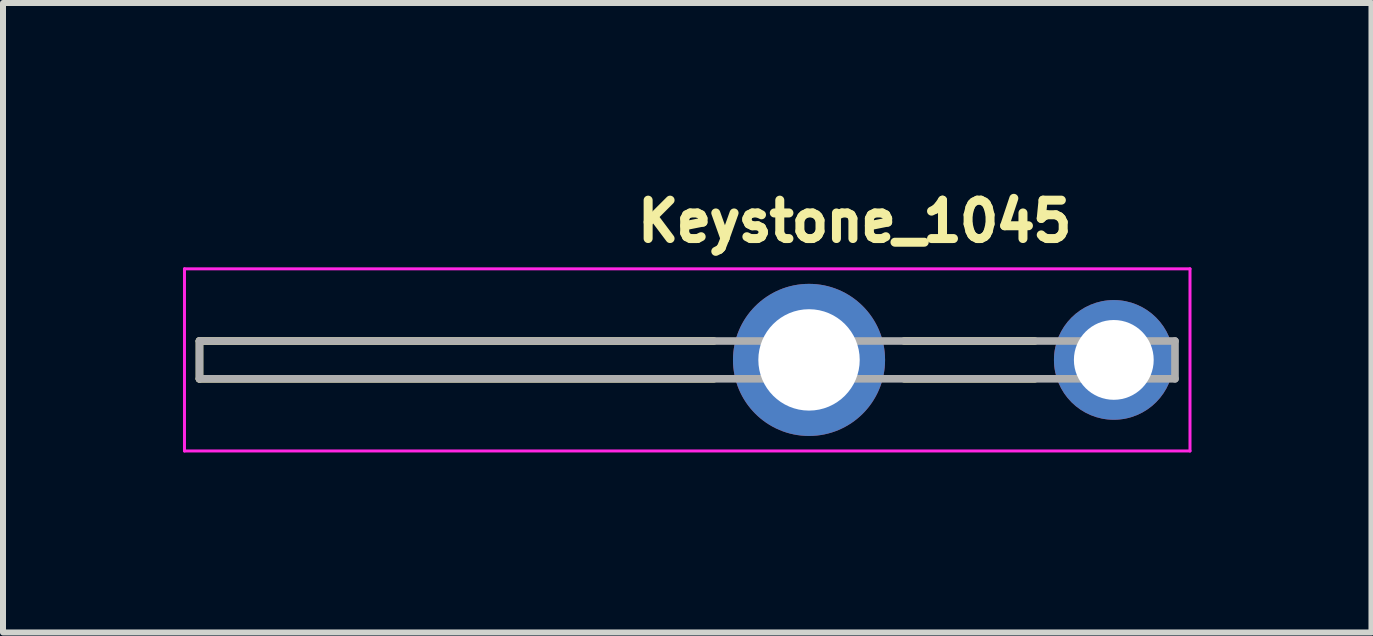
<source format=kicad_pcb>
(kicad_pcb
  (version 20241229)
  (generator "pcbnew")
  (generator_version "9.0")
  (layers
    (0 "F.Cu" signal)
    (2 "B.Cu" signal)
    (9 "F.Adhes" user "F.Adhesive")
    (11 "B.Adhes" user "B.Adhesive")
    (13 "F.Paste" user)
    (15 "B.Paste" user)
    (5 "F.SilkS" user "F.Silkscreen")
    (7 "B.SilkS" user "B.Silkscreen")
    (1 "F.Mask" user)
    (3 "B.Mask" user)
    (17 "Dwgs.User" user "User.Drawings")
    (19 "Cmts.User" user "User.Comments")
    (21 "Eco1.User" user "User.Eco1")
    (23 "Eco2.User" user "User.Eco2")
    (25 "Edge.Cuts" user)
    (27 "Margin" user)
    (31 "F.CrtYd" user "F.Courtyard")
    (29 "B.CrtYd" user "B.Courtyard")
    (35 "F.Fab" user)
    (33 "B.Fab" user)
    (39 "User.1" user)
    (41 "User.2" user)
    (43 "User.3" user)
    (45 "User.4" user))
  (footprint "Keystone_1045"
    (layer "F.Cu")
    (at 10.435 2.949)
    (property "Reference" "Keystone_1045" (at 0.762 -2.311 0) (layer "F.SilkS") (effects (font (size 0.64 0.64) (thickness 0.15))))
    (attr through_hole)
    (fp_line (start -10.16 -0.315) (end -1.587 -0.315) (stroke (width 0.127) (type solid)) (layer "F.SilkS"))
    (fp_line (start -10.16 0.315) (end -10.16 -0.315) (stroke (width 0.127) (type solid)) (layer "F.SilkS"))
    (fp_line (start -1.587 0.315) (end -10.16 0.315) (stroke (width 0.127) (type solid)) (layer "F.SilkS"))
    (fp_line (start 1.587 -0.315) (end 3.763 -0.315) (stroke (width 0.127) (type solid)) (layer "F.SilkS"))
    (fp_line (start 1.587 0.315) (end 3.763 0.315) (stroke (width 0.127) (type solid)) (layer "F.SilkS"))
    (fp_line (start -10.41 -1.518) (end -10.41 1.518) (stroke (width 0.05) (type solid)) (layer "F.CrtYd"))
    (fp_line (start -10.41 1.518) (end 6.35 1.518) (stroke (width 0.05) (type solid)) (layer "F.CrtYd"))
    (fp_line (start 6.35 -1.518) (end -10.41 -1.518) (stroke (width 0.05) (type solid)) (layer "F.CrtYd"))
    (fp_line (start 6.35 1.518) (end 6.35 -1.518) (stroke (width 0.05) (type solid)) (layer "F.CrtYd"))
    (fp_line (start -10.16 -0.315) (end 6.1 -0.315) (stroke (width 0.127) (type solid)) (layer "F.Fab"))
    (fp_line (start -10.16 0.315) (end -10.16 -0.315) (stroke (width 0.127) (type solid)) (layer "F.Fab"))
    (fp_line (start 6.1 -0.315) (end 6.1 0.315) (stroke (width 0.127) (type solid)) (layer "F.Fab"))
    (fp_line (start 6.1 0.315) (end -10.16 0.315) (stroke (width 0.127) (type solid)) (layer "F.Fab"))
    (pad "TP1" thru_hole circle (at 0 0) (size 2.535 2.535) (drill 1.69) (layers "*.Cu" "*.Mask"))
    (pad "TP2" thru_hole circle (at 5.08 0) (size 1.995 1.995) (drill 1.33) (layers "*.Cu" "*.Mask")))
  (gr_rect
    (start -3 -3)
    (end 19.81 7.492)
    (stroke (width 0.1) (type default))
    (fill no)
    (layer "Edge.Cuts")))
</source>
